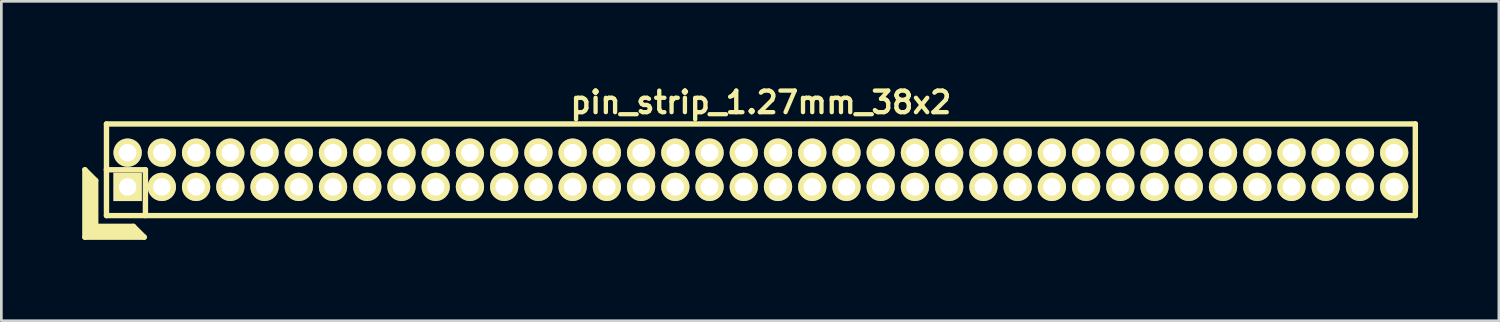
<source format=kicad_pcb>
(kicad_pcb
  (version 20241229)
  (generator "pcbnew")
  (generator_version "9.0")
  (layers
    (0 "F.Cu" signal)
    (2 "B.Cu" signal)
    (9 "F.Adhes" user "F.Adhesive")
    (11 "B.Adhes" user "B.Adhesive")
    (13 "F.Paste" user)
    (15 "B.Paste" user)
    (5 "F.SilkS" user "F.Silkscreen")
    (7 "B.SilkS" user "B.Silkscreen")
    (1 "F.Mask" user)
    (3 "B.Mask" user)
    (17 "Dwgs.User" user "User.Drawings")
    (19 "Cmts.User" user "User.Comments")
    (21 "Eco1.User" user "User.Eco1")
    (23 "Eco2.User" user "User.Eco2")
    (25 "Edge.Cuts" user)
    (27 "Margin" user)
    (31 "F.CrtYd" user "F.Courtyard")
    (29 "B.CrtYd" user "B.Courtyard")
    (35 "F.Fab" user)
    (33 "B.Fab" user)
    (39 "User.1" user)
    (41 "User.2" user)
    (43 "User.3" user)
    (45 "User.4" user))
  (footprint "pin_strip_1.27mm_38x2"
    (layer "F.Cu")
    (at 25.18 3.249)
    (property "Reference" "pin_strip_1.27mm_38x2" (at 0 -2.5 0) (layer "F.SilkS") (effects (font (size 0.8 0.8) (thickness 0.16))))
    (attr through_hole)
    (fp_line (start -25.08 0) (end -25.08 2.5) (stroke (width 0.2) (type solid)) (layer "F.SilkS"))
    (fp_line (start -25.08 0) (end -24.68 0.4) (stroke (width 0.2) (type solid)) (layer "F.SilkS"))
    (fp_line (start -25.08 2.5) (end -22.88 2.5) (stroke (width 0.2) (type solid)) (layer "F.SilkS"))
    (fp_line (start -24.98 2.4) (end -24.98 0.2) (stroke (width 0.2) (type solid)) (layer "F.SilkS"))
    (fp_line (start -24.98 2.4) (end -23.08 2.4) (stroke (width 0.2) (type solid)) (layer "F.SilkS"))
    (fp_line (start -24.88 2.3) (end -24.88 0.3) (stroke (width 0.2) (type solid)) (layer "F.SilkS"))
    (fp_line (start -24.88 2.3) (end -23.18 2.3) (stroke (width 0.2) (type solid)) (layer "F.SilkS"))
    (fp_line (start -24.78 2.2) (end -24.78 0.4) (stroke (width 0.2) (type solid)) (layer "F.SilkS"))
    (fp_line (start -24.78 2.2) (end -23.28 2.2) (stroke (width 0.2) (type solid)) (layer "F.SilkS"))
    (fp_line (start -24.68 2.1) (end -24.68 0.4) (stroke (width 0.2) (type solid)) (layer "F.SilkS"))
    (fp_line (start -24.68 2.1) (end -23.28 2.1) (stroke (width 0.2) (type solid)) (layer "F.SilkS"))
    (fp_line (start -24.285 0) (end -22.835 0) (stroke (width 0.2) (type solid)) (layer "F.SilkS"))
    (fp_line (start -24.28 -1.7) (end 24.28 -1.7) (stroke (width 0.2) (type solid)) (layer "F.SilkS"))
    (fp_line (start -24.28 1.7) (end -24.28 -1.7) (stroke (width 0.2) (type solid)) (layer "F.SilkS"))
    (fp_line (start -23.28 2.1) (end -22.88 2.5) (stroke (width 0.2) (type solid)) (layer "F.SilkS"))
    (fp_line (start -22.835 0) (end -22.835 1.7) (stroke (width 0.2) (type solid)) (layer "F.SilkS"))
    (fp_line (start 24.28 -1.7) (end 24.28 1.7) (stroke (width 0.2) (type solid)) (layer "F.SilkS"))
    (fp_line (start 24.28 1.7) (end -24.28 1.7) (stroke (width 0.2) (type solid)) (layer "F.SilkS"))
    (pad "1" thru_hole rect (at -23.495 0.635) (size 1.05 1.05) (drill 0.65) (layers "*.Cu" "*.Mask" "F.SilkS"))
    (pad "2" thru_hole oval (at -23.495 -0.635) (size 1.05 1.05) (drill 0.65) (layers "*.Cu" "*.Mask" "F.SilkS"))
    (pad "3" thru_hole oval (at -22.225 0.635) (size 1.05 1.05) (drill 0.65) (layers "*.Cu" "*.Mask" "F.SilkS"))
    (pad "4" thru_hole oval (at -22.225 -0.635) (size 1.05 1.05) (drill 0.65) (layers "*.Cu" "*.Mask" "F.SilkS"))
    (pad "5" thru_hole oval (at -20.955 0.635) (size 1.05 1.05) (drill 0.65) (layers "*.Cu" "*.Mask" "F.SilkS"))
    (pad "6" thru_hole oval (at -20.955 -0.635) (size 1.05 1.05) (drill 0.65) (layers "*.Cu" "*.Mask" "F.SilkS"))
    (pad "7" thru_hole oval (at -19.685 0.635) (size 1.05 1.05) (drill 0.65) (layers "*.Cu" "*.Mask" "F.SilkS"))
    (pad "8" thru_hole oval (at -19.685 -0.635) (size 1.05 1.05) (drill 0.65) (layers "*.Cu" "*.Mask" "F.SilkS"))
    (pad "9" thru_hole oval (at -18.415 0.635) (size 1.05 1.05) (drill 0.65) (layers "*.Cu" "*.Mask" "F.SilkS"))
    (pad "10" thru_hole oval (at -18.415 -0.635) (size 1.05 1.05) (drill 0.65) (layers "*.Cu" "*.Mask" "F.SilkS"))
    (pad "11" thru_hole oval (at -17.145 0.635) (size 1.05 1.05) (drill 0.65) (layers "*.Cu" "*.Mask" "F.SilkS"))
    (pad "12" thru_hole oval (at -17.145 -0.635) (size 1.05 1.05) (drill 0.65) (layers "*.Cu" "*.Mask" "F.SilkS"))
    (pad "13" thru_hole oval (at -15.875 0.635) (size 1.05 1.05) (drill 0.65) (layers "*.Cu" "*.Mask" "F.SilkS"))
    (pad "14" thru_hole oval (at -15.875 -0.635) (size 1.05 1.05) (drill 0.65) (layers "*.Cu" "*.Mask" "F.SilkS"))
    (pad "15" thru_hole oval (at -14.605 0.635) (size 1.05 1.05) (drill 0.65) (layers "*.Cu" "*.Mask" "F.SilkS"))
    (pad "16" thru_hole oval (at -14.605 -0.635) (size 1.05 1.05) (drill 0.65) (layers "*.Cu" "*.Mask" "F.SilkS"))
    (pad "17" thru_hole oval (at -13.335 0.635) (size 1.05 1.05) (drill 0.65) (layers "*.Cu" "*.Mask" "F.SilkS"))
    (pad "18" thru_hole oval (at -13.335 -0.635) (size 1.05 1.05) (drill 0.65) (layers "*.Cu" "*.Mask" "F.SilkS"))
    (pad "19" thru_hole oval (at -12.065 0.635) (size 1.05 1.05) (drill 0.65) (layers "*.Cu" "*.Mask" "F.SilkS"))
    (pad "20" thru_hole oval (at -12.065 -0.635) (size 1.05 1.05) (drill 0.65) (layers "*.Cu" "*.Mask" "F.SilkS"))
    (pad "21" thru_hole oval (at -10.795 0.635) (size 1.05 1.05) (drill 0.65) (layers "*.Cu" "*.Mask" "F.SilkS"))
    (pad "22" thru_hole oval (at -10.795 -0.635) (size 1.05 1.05) (drill 0.65) (layers "*.Cu" "*.Mask" "F.SilkS"))
    (pad "23" thru_hole oval (at -9.525 0.635) (size 1.05 1.05) (drill 0.65) (layers "*.Cu" "*.Mask" "F.SilkS"))
    (pad "24" thru_hole oval (at -9.525 -0.635) (size 1.05 1.05) (drill 0.65) (layers "*.Cu" "*.Mask" "F.SilkS"))
    (pad "25" thru_hole oval (at -8.255 0.635) (size 1.05 1.05) (drill 0.65) (layers "*.Cu" "*.Mask" "F.SilkS"))
    (pad "26" thru_hole oval (at -8.255 -0.635) (size 1.05 1.05) (drill 0.65) (layers "*.Cu" "*.Mask" "F.SilkS"))
    (pad "27" thru_hole oval (at -6.985 0.635) (size 1.05 1.05) (drill 0.65) (layers "*.Cu" "*.Mask" "F.SilkS"))
    (pad "28" thru_hole oval (at -6.985 -0.635) (size 1.05 1.05) (drill 0.65) (layers "*.Cu" "*.Mask" "F.SilkS"))
    (pad "29" thru_hole oval (at -5.715 0.635) (size 1.05 1.05) (drill 0.65) (layers "*.Cu" "*.Mask" "F.SilkS"))
    (pad "30" thru_hole oval (at -5.715 -0.635) (size 1.05 1.05) (drill 0.65) (layers "*.Cu" "*.Mask" "F.SilkS"))
    (pad "31" thru_hole oval (at -4.445 0.635) (size 1.05 1.05) (drill 0.65) (layers "*.Cu" "*.Mask" "F.SilkS"))
    (pad "32" thru_hole oval (at -4.445 -0.635) (size 1.05 1.05) (drill 0.65) (layers "*.Cu" "*.Mask" "F.SilkS"))
    (pad "33" thru_hole oval (at -3.175 0.635) (size 1.05 1.05) (drill 0.65) (layers "*.Cu" "*.Mask" "F.SilkS"))
    (pad "34" thru_hole oval (at -3.175 -0.635) (size 1.05 1.05) (drill 0.65) (layers "*.Cu" "*.Mask" "F.SilkS"))
    (pad "35" thru_hole oval (at -1.905 0.635) (size 1.05 1.05) (drill 0.65) (layers "*.Cu" "*.Mask" "F.SilkS"))
    (pad "36" thru_hole oval (at -1.905 -0.635) (size 1.05 1.05) (drill 0.65) (layers "*.Cu" "*.Mask" "F.SilkS"))
    (pad "37" thru_hole oval (at -0.635 0.635) (size 1.05 1.05) (drill 0.65) (layers "*.Cu" "*.Mask" "F.SilkS"))
    (pad "38" thru_hole oval (at -0.635 -0.635) (size 1.05 1.05) (drill 0.65) (layers "*.Cu" "*.Mask" "F.SilkS"))
    (pad "39" thru_hole oval (at 0.635 0.635) (size 1.05 1.05) (drill 0.65) (layers "*.Cu" "*.Mask" "F.SilkS"))
    (pad "40" thru_hole oval (at 0.635 -0.635) (size 1.05 1.05) (drill 0.65) (layers "*.Cu" "*.Mask" "F.SilkS"))
    (pad "41" thru_hole oval (at 1.905 0.635) (size 1.05 1.05) (drill 0.65) (layers "*.Cu" "*.Mask" "F.SilkS"))
    (pad "42" thru_hole oval (at 1.905 -0.635) (size 1.05 1.05) (drill 0.65) (layers "*.Cu" "*.Mask" "F.SilkS"))
    (pad "43" thru_hole oval (at 3.175 0.635) (size 1.05 1.05) (drill 0.65) (layers "*.Cu" "*.Mask" "F.SilkS"))
    (pad "44" thru_hole oval (at 3.175 -0.635) (size 1.05 1.05) (drill 0.65) (layers "*.Cu" "*.Mask" "F.SilkS"))
    (pad "45" thru_hole oval (at 4.445 0.635) (size 1.05 1.05) (drill 0.65) (layers "*.Cu" "*.Mask" "F.SilkS"))
    (pad "46" thru_hole oval (at 4.445 -0.635) (size 1.05 1.05) (drill 0.65) (layers "*.Cu" "*.Mask" "F.SilkS"))
    (pad "47" thru_hole oval (at 5.715 0.635) (size 1.05 1.05) (drill 0.65) (layers "*.Cu" "*.Mask" "F.SilkS"))
    (pad "48" thru_hole oval (at 5.715 -0.635) (size 1.05 1.05) (drill 0.65) (layers "*.Cu" "*.Mask" "F.SilkS"))
    (pad "49" thru_hole oval (at 6.985 0.635) (size 1.05 1.05) (drill 0.65) (layers "*.Cu" "*.Mask" "F.SilkS"))
    (pad "50" thru_hole oval (at 6.985 -0.635) (size 1.05 1.05) (drill 0.65) (layers "*.Cu" "*.Mask" "F.SilkS"))
    (pad "51" thru_hole circle (at 8.255 0.635) (size 1.05 1.05) (drill 0.65) (layers "*.Cu" "*.Mask" "F.SilkS"))
    (pad "52" thru_hole oval (at 8.255 -0.635) (size 1.05 1.05) (drill 0.65) (layers "*.Cu" "*.Mask" "F.SilkS"))
    (pad "53" thru_hole oval (at 9.525 0.635) (size 1.05 1.05) (drill 0.65) (layers "*.Cu" "*.Mask" "F.SilkS"))
    (pad "54" thru_hole oval (at 9.525 -0.635) (size 1.05 1.05) (drill 0.65) (layers "*.Cu" "*.Mask" "F.SilkS"))
    (pad "55" thru_hole oval (at 10.795 0.635) (size 1.05 1.05) (drill 0.65) (layers "*.Cu" "*.Mask" "F.SilkS"))
    (pad "56" thru_hole oval (at 10.795 -0.635) (size 1.05 1.05) (drill 0.65) (layers "*.Cu" "*.Mask" "F.SilkS"))
    (pad "57" thru_hole oval (at 12.065 0.635) (size 1.05 1.05) (drill 0.65) (layers "*.Cu" "*.Mask" "F.SilkS"))
    (pad "58" thru_hole oval (at 12.065 -0.635) (size 1.05 1.05) (drill 0.65) (layers "*.Cu" "*.Mask" "F.SilkS"))
    (pad "59" thru_hole oval (at 13.335 0.635) (size 1.05 1.05) (drill 0.65) (layers "*.Cu" "*.Mask" "F.SilkS"))
    (pad "60" thru_hole oval (at 13.335 -0.635) (size 1.05 1.05) (drill 0.65) (layers "*.Cu" "*.Mask" "F.SilkS"))
    (pad "61" thru_hole oval (at 14.605 0.635) (size 1.05 1.05) (drill 0.65) (layers "*.Cu" "*.Mask" "F.SilkS"))
    (pad "62" thru_hole oval (at 14.605 -0.635) (size 1.05 1.05) (drill 0.65) (layers "*.Cu" "*.Mask" "F.SilkS"))
    (pad "63" thru_hole oval (at 15.875 0.635) (size 1.05 1.05) (drill 0.65) (layers "*.Cu" "*.Mask" "F.SilkS"))
    (pad "64" thru_hole oval (at 15.875 -0.635) (size 1.05 1.05) (drill 0.65) (layers "*.Cu" "*.Mask" "F.SilkS"))
    (pad "65" thru_hole oval (at 17.145 0.635) (size 1.05 1.05) (drill 0.65) (layers "*.Cu" "*.Mask" "F.SilkS"))
    (pad "66" thru_hole oval (at 17.145 -0.635) (size 1.05 1.05) (drill 0.65) (layers "*.Cu" "*.Mask" "F.SilkS"))
    (pad "67" thru_hole oval (at 18.415 0.635) (size 1.05 1.05) (drill 0.65) (layers "*.Cu" "*.Mask" "F.SilkS"))
    (pad "68" thru_hole oval (at 18.415 -0.635) (size 1.05 1.05) (drill 0.65) (layers "*.Cu" "*.Mask" "F.SilkS"))
    (pad "69" thru_hole oval (at 19.685 0.635) (size 1.05 1.05) (drill 0.65) (layers "*.Cu" "*.Mask" "F.SilkS"))
    (pad "70" thru_hole oval (at 19.685 -0.635) (size 1.05 1.05) (drill 0.65) (layers "*.Cu" "*.Mask" "F.SilkS"))
    (pad "71" thru_hole oval (at 20.955 0.635) (size 1.05 1.05) (drill 0.65) (layers "*.Cu" "*.Mask" "F.SilkS"))
    (pad "72" thru_hole oval (at 20.955 -0.635) (size 1.05 1.05) (drill 0.65) (layers "*.Cu" "*.Mask" "F.SilkS"))
    (pad "73" thru_hole oval (at 22.225 0.635) (size 1.05 1.05) (drill 0.65) (layers "*.Cu" "*.Mask" "F.SilkS"))
    (pad "74" thru_hole oval (at 22.225 -0.635) (size 1.05 1.05) (drill 0.65) (layers "*.Cu" "*.Mask" "F.SilkS"))
    (pad "75" thru_hole oval (at 23.495 0.635) (size 1.05 1.05) (drill 0.65) (layers "*.Cu" "*.Mask" "F.SilkS"))
    (pad "76" thru_hole oval (at 23.495 -0.635) (size 1.05 1.05) (drill 0.65) (layers "*.Cu" "*.Mask" "F.SilkS")))
  (gr_rect
    (start -3 -3)
    (end 52.56 8.849)
    (stroke (width 0.1) (type default))
    (fill no)
    (layer "Edge.Cuts")))
</source>
